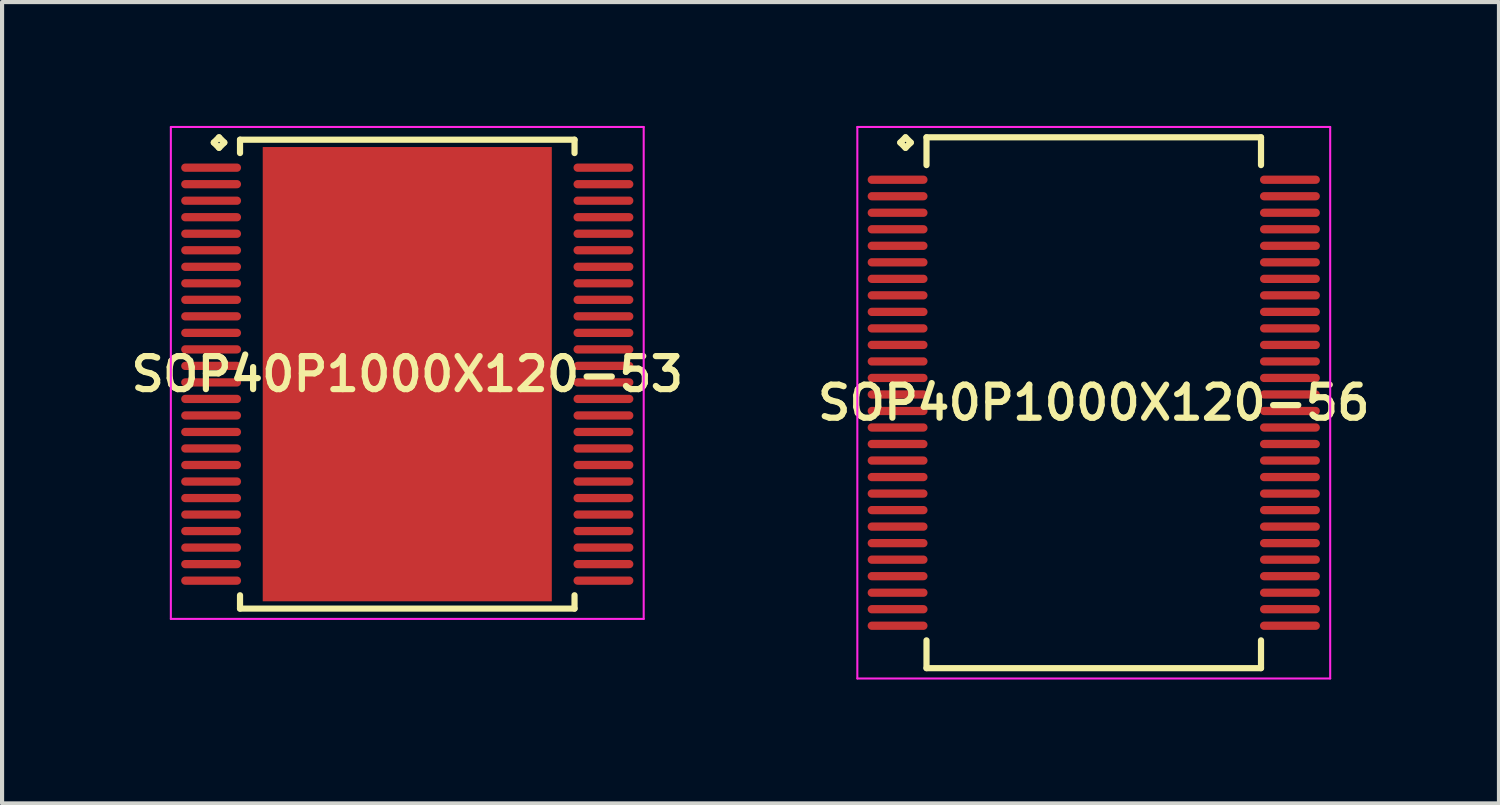
<source format=kicad_pcb>
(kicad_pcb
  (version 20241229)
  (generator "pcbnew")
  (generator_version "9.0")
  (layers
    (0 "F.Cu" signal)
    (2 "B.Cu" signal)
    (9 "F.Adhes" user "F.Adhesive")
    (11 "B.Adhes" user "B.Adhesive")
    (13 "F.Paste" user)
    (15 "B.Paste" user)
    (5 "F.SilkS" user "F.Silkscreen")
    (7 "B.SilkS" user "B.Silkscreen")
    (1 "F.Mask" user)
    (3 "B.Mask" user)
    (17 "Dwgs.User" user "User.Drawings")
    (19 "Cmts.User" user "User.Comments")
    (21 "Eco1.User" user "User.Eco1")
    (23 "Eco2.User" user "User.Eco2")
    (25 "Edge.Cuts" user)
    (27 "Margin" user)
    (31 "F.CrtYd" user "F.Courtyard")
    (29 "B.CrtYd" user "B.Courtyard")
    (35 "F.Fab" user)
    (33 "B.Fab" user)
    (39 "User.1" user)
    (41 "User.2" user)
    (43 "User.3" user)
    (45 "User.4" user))
  (footprint "SOP40P1000X120-53"
    (layer "F.Cu")
    (at 6.812 6.01)
    (property "Reference" "SOP40P1000X120-53" (at 0 0 0) (layer "F.SilkS") (effects (font (size 0.8 0.8) (thickness 0.15))))
    (attr smd)
    (fp_line (start -4.685 -5.608) (end -4.558 -5.735) (stroke (width 0.15) (type solid)) (layer "F.SilkS"))
    (fp_line (start -4.558 -5.735) (end -4.431 -5.608) (stroke (width 0.15) (type solid)) (layer "F.SilkS"))
    (fp_line (start -4.558 -5.481) (end -4.685 -5.608) (stroke (width 0.15) (type solid)) (layer "F.SilkS"))
    (fp_line (start -4.431 -5.608) (end -4.558 -5.481) (stroke (width 0.15) (type solid)) (layer "F.SilkS"))
    (fp_line (start -4.05 -5.677) (end 4.05 -5.677) (stroke (width 0.15) (type solid)) (layer "F.SilkS"))
    (fp_line (start -4.05 -5.354) (end -4.05 -5.677) (stroke (width 0.15) (type solid)) (layer "F.SilkS"))
    (fp_line (start -4.05 5.354) (end -4.05 5.677) (stroke (width 0.15) (type solid)) (layer "F.SilkS"))
    (fp_line (start -4.05 5.677) (end 4.05 5.677) (stroke (width 0.15) (type solid)) (layer "F.SilkS"))
    (fp_line (start 4.05 -5.677) (end 4.05 -5.354) (stroke (width 0.15) (type solid)) (layer "F.SilkS"))
    (fp_line (start 4.05 5.677) (end 4.05 5.354) (stroke (width 0.15) (type solid)) (layer "F.SilkS"))
    (fp_line (start -5.725 -5.985) (end 5.725 -5.985) (stroke (width 0.05) (type solid)) (layer "F.CrtYd"))
    (fp_line (start -5.725 5.927) (end -5.725 -5.985) (stroke (width 0.05) (type solid)) (layer "F.CrtYd"))
    (fp_line (start 5.725 -5.985) (end 5.725 5.927) (stroke (width 0.05) (type solid)) (layer "F.CrtYd"))
    (fp_line (start 5.725 5.927) (end -5.725 5.927) (stroke (width 0.05) (type solid)) (layer "F.CrtYd"))
    (pad "1" smd oval (at -4.75 -5) (size 1.45 0.2) (layers "F.Cu" "F.Mask" "F.Paste"))
    (pad "2" smd oval (at -4.75 -4.6) (size 1.45 0.2) (layers "F.Cu" "F.Mask" "F.Paste"))
    (pad "3" smd oval (at -4.75 -4.2) (size 1.45 0.2) (layers "F.Cu" "F.Mask" "F.Paste"))
    (pad "4" smd oval (at -4.75 -3.8) (size 1.45 0.2) (layers "F.Cu" "F.Mask" "F.Paste"))
    (pad "5" smd oval (at -4.75 -3.4) (size 1.45 0.2) (layers "F.Cu" "F.Mask" "F.Paste"))
    (pad "6" smd oval (at -4.75 -3) (size 1.45 0.2) (layers "F.Cu" "F.Mask" "F.Paste"))
    (pad "7" smd oval (at -4.75 -2.6) (size 1.45 0.2) (layers "F.Cu" "F.Mask" "F.Paste"))
    (pad "8" smd oval (at -4.75 -2.2) (size 1.45 0.2) (layers "F.Cu" "F.Mask" "F.Paste"))
    (pad "9" smd oval (at -4.75 -1.8) (size 1.45 0.2) (layers "F.Cu" "F.Mask" "F.Paste"))
    (pad "10" smd oval (at -4.75 -1.4) (size 1.45 0.2) (layers "F.Cu" "F.Mask" "F.Paste"))
    (pad "11" smd oval (at -4.75 -1) (size 1.45 0.2) (layers "F.Cu" "F.Mask" "F.Paste"))
    (pad "12" smd oval (at -4.75 -0.6) (size 1.45 0.2) (layers "F.Cu" "F.Mask" "F.Paste"))
    (pad "13" smd oval (at -4.75 -0.2) (size 1.45 0.2) (layers "F.Cu" "F.Mask" "F.Paste"))
    (pad "14" smd oval (at -4.75 0.2) (size 1.45 0.2) (layers "F.Cu" "F.Mask" "F.Paste"))
    (pad "15" smd oval (at -4.75 0.6) (size 1.45 0.2) (layers "F.Cu" "F.Mask" "F.Paste"))
    (pad "16" smd oval (at -4.75 1) (size 1.45 0.2) (layers "F.Cu" "F.Mask" "F.Paste"))
    (pad "17" smd oval (at -4.75 1.4) (size 1.45 0.2) (layers "F.Cu" "F.Mask" "F.Paste"))
    (pad "18" smd oval (at -4.75 1.8) (size 1.45 0.2) (layers "F.Cu" "F.Mask" "F.Paste"))
    (pad "19" smd oval (at -4.75 2.2) (size 1.45 0.2) (layers "F.Cu" "F.Mask" "F.Paste"))
    (pad "20" smd oval (at -4.75 2.6) (size 1.45 0.2) (layers "F.Cu" "F.Mask" "F.Paste"))
    (pad "21" smd oval (at -4.75 3) (size 1.45 0.2) (layers "F.Cu" "F.Mask" "F.Paste"))
    (pad "22" smd oval (at -4.75 3.4) (size 1.45 0.2) (layers "F.Cu" "F.Mask" "F.Paste"))
    (pad "23" smd oval (at -4.75 3.8) (size 1.45 0.2) (layers "F.Cu" "F.Mask" "F.Paste"))
    (pad "24" smd oval (at -4.75 4.2) (size 1.45 0.2) (layers "F.Cu" "F.Mask" "F.Paste"))
    (pad "25" smd oval (at -4.75 4.6) (size 1.45 0.2) (layers "F.Cu" "F.Mask" "F.Paste"))
    (pad "26" smd oval (at -4.75 5) (size 1.45 0.2) (layers "F.Cu" "F.Mask" "F.Paste"))
    (pad "27" smd oval (at 4.75 5) (size 1.45 0.2) (layers "F.Cu" "F.Mask" "F.Paste"))
    (pad "28" smd oval (at 4.75 4.6) (size 1.45 0.2) (layers "F.Cu" "F.Mask" "F.Paste"))
    (pad "29" smd oval (at 4.75 4.2) (size 1.45 0.2) (layers "F.Cu" "F.Mask" "F.Paste"))
    (pad "30" smd oval (at 4.75 3.8) (size 1.45 0.2) (layers "F.Cu" "F.Mask" "F.Paste"))
    (pad "31" smd oval (at 4.75 3.4) (size 1.45 0.2) (layers "F.Cu" "F.Mask" "F.Paste"))
    (pad "32" smd oval (at 4.75 3) (size 1.45 0.2) (layers "F.Cu" "F.Mask" "F.Paste"))
    (pad "33" smd oval (at 4.75 2.6) (size 1.45 0.2) (layers "F.Cu" "F.Mask" "F.Paste"))
    (pad "34" smd oval (at 4.75 2.2) (size 1.45 0.2) (layers "F.Cu" "F.Mask" "F.Paste"))
    (pad "35" smd oval (at 4.75 1.8) (size 1.45 0.2) (layers "F.Cu" "F.Mask" "F.Paste"))
    (pad "36" smd oval (at 4.75 1.4) (size 1.45 0.2) (layers "F.Cu" "F.Mask" "F.Paste"))
    (pad "37" smd oval (at 4.75 1) (size 1.45 0.2) (layers "F.Cu" "F.Mask" "F.Paste"))
    (pad "38" smd oval (at 4.75 0.6) (size 1.45 0.2) (layers "F.Cu" "F.Mask" "F.Paste"))
    (pad "39" smd oval (at 4.75 0.2) (size 1.45 0.2) (layers "F.Cu" "F.Mask" "F.Paste"))
    (pad "40" smd oval (at 4.75 -0.2) (size 1.45 0.2) (layers "F.Cu" "F.Mask" "F.Paste"))
    (pad "41" smd oval (at 4.75 -0.6) (size 1.45 0.2) (layers "F.Cu" "F.Mask" "F.Paste"))
    (pad "42" smd oval (at 4.75 -1) (size 1.45 0.2) (layers "F.Cu" "F.Mask" "F.Paste"))
    (pad "43" smd oval (at 4.75 -1.4) (size 1.45 0.2) (layers "F.Cu" "F.Mask" "F.Paste"))
    (pad "44" smd oval (at 4.75 -1.8) (size 1.45 0.2) (layers "F.Cu" "F.Mask" "F.Paste"))
    (pad "45" smd oval (at 4.75 -2.2) (size 1.45 0.2) (layers "F.Cu" "F.Mask" "F.Paste"))
    (pad "46" smd oval (at 4.75 -2.6) (size 1.45 0.2) (layers "F.Cu" "F.Mask" "F.Paste"))
    (pad "47" smd oval (at 4.75 -3) (size 1.45 0.2) (layers "F.Cu" "F.Mask" "F.Paste"))
    (pad "48" smd oval (at 4.75 -3.4) (size 1.45 0.2) (layers "F.Cu" "F.Mask" "F.Paste"))
    (pad "49" smd oval (at 4.75 -3.8) (size 1.45 0.2) (layers "F.Cu" "F.Mask" "F.Paste"))
    (pad "50" smd oval (at 4.75 -4.2) (size 1.45 0.2) (layers "F.Cu" "F.Mask" "F.Paste"))
    (pad "51" smd oval (at 4.75 -4.6) (size 1.45 0.2) (layers "F.Cu" "F.Mask" "F.Paste"))
    (pad "52" smd oval (at 4.75 -5) (size 1.45 0.2) (layers "F.Cu" "F.Mask" "F.Paste"))
    (pad "53" smd rect (at 0 0) (size 7 11) (layers "F.Cu" "F.Mask" "F.Paste")))
  (footprint "SOP40P1000X120-56"
    (layer "F.Cu")
    (at 23.435 6.702)
    (property "Reference" "SOP40P1000X120-56" (at 0 0 0) (layer "F.SilkS") (effects (font (size 0.8 0.8) (thickness 0.15))))
    (attr smd)
    (fp_line (start -4.685 -6.3) (end -4.558 -6.427) (stroke (width 0.15) (type solid)) (layer "F.SilkS"))
    (fp_line (start -4.558 -6.427) (end -4.431 -6.3) (stroke (width 0.15) (type solid)) (layer "F.SilkS"))
    (fp_line (start -4.558 -6.173) (end -4.685 -6.3) (stroke (width 0.15) (type solid)) (layer "F.SilkS"))
    (fp_line (start -4.431 -6.3) (end -4.558 -6.173) (stroke (width 0.15) (type solid)) (layer "F.SilkS"))
    (fp_line (start -4.05 -6.427) (end 4.05 -6.427) (stroke (width 0.15) (type solid)) (layer "F.SilkS"))
    (fp_line (start -4.05 -5.754) (end -4.05 -6.427) (stroke (width 0.15) (type solid)) (layer "F.SilkS"))
    (fp_line (start -4.05 5.754) (end -4.05 6.427) (stroke (width 0.15) (type solid)) (layer "F.SilkS"))
    (fp_line (start -4.05 6.427) (end 4.05 6.427) (stroke (width 0.15) (type solid)) (layer "F.SilkS"))
    (fp_line (start 4.05 -6.427) (end 4.05 -5.754) (stroke (width 0.15) (type solid)) (layer "F.SilkS"))
    (fp_line (start 4.05 6.427) (end 4.05 5.754) (stroke (width 0.15) (type solid)) (layer "F.SilkS"))
    (fp_line (start -5.725 -6.677) (end 5.725 -6.677) (stroke (width 0.05) (type solid)) (layer "F.CrtYd"))
    (fp_line (start -5.725 6.677) (end -5.725 -6.677) (stroke (width 0.05) (type solid)) (layer "F.CrtYd"))
    (fp_line (start 5.725 -6.677) (end 5.725 6.677) (stroke (width 0.05) (type solid)) (layer "F.CrtYd"))
    (fp_line (start 5.725 6.677) (end -5.725 6.677) (stroke (width 0.05) (type solid)) (layer "F.CrtYd"))
    (pad "1" smd oval (at -4.75 -5.4) (size 1.45 0.2) (layers "F.Cu" "F.Mask" "F.Paste"))
    (pad "2" smd oval (at -4.75 -5) (size 1.45 0.2) (layers "F.Cu" "F.Mask" "F.Paste"))
    (pad "3" smd oval (at -4.75 -4.6) (size 1.45 0.2) (layers "F.Cu" "F.Mask" "F.Paste"))
    (pad "4" smd oval (at -4.75 -4.2) (size 1.45 0.2) (layers "F.Cu" "F.Mask" "F.Paste"))
    (pad "5" smd oval (at -4.75 -3.8) (size 1.45 0.2) (layers "F.Cu" "F.Mask" "F.Paste"))
    (pad "6" smd oval (at -4.75 -3.4) (size 1.45 0.2) (layers "F.Cu" "F.Mask" "F.Paste"))
    (pad "7" smd oval (at -4.75 -3) (size 1.45 0.2) (layers "F.Cu" "F.Mask" "F.Paste"))
    (pad "8" smd oval (at -4.75 -2.6) (size 1.45 0.2) (layers "F.Cu" "F.Mask" "F.Paste"))
    (pad "9" smd oval (at -4.75 -2.2) (size 1.45 0.2) (layers "F.Cu" "F.Mask" "F.Paste"))
    (pad "10" smd oval (at -4.75 -1.8) (size 1.45 0.2) (layers "F.Cu" "F.Mask" "F.Paste"))
    (pad "11" smd oval (at -4.75 -1.4) (size 1.45 0.2) (layers "F.Cu" "F.Mask" "F.Paste"))
    (pad "12" smd oval (at -4.75 -1) (size 1.45 0.2) (layers "F.Cu" "F.Mask" "F.Paste"))
    (pad "13" smd oval (at -4.75 -0.6) (size 1.45 0.2) (layers "F.Cu" "F.Mask" "F.Paste"))
    (pad "14" smd oval (at -4.75 -0.2) (size 1.45 0.2) (layers "F.Cu" "F.Mask" "F.Paste"))
    (pad "15" smd oval (at -4.75 0.2) (size 1.45 0.2) (layers "F.Cu" "F.Mask" "F.Paste"))
    (pad "16" smd oval (at -4.75 0.6) (size 1.45 0.2) (layers "F.Cu" "F.Mask" "F.Paste"))
    (pad "17" smd oval (at -4.75 1) (size 1.45 0.2) (layers "F.Cu" "F.Mask" "F.Paste"))
    (pad "18" smd oval (at -4.75 1.4) (size 1.45 0.2) (layers "F.Cu" "F.Mask" "F.Paste"))
    (pad "19" smd oval (at -4.75 1.8) (size 1.45 0.2) (layers "F.Cu" "F.Mask" "F.Paste"))
    (pad "20" smd oval (at -4.75 2.2) (size 1.45 0.2) (layers "F.Cu" "F.Mask" "F.Paste"))
    (pad "21" smd oval (at -4.75 2.6) (size 1.45 0.2) (layers "F.Cu" "F.Mask" "F.Paste"))
    (pad "22" smd oval (at -4.75 3) (size 1.45 0.2) (layers "F.Cu" "F.Mask" "F.Paste"))
    (pad "23" smd oval (at -4.75 3.4) (size 1.45 0.2) (layers "F.Cu" "F.Mask" "F.Paste"))
    (pad "24" smd oval (at -4.75 3.8) (size 1.45 0.2) (layers "F.Cu" "F.Mask" "F.Paste"))
    (pad "25" smd oval (at -4.75 4.2) (size 1.45 0.2) (layers "F.Cu" "F.Mask" "F.Paste"))
    (pad "26" smd oval (at -4.75 4.6) (size 1.45 0.2) (layers "F.Cu" "F.Mask" "F.Paste"))
    (pad "27" smd oval (at -4.75 5) (size 1.45 0.2) (layers "F.Cu" "F.Mask" "F.Paste"))
    (pad "28" smd oval (at -4.75 5.4) (size 1.45 0.2) (layers "F.Cu" "F.Mask" "F.Paste"))
    (pad "29" smd oval (at 4.75 5.4) (size 1.45 0.2) (layers "F.Cu" "F.Mask" "F.Paste"))
    (pad "30" smd oval (at 4.75 5) (size 1.45 0.2) (layers "F.Cu" "F.Mask" "F.Paste"))
    (pad "31" smd oval (at 4.75 4.6) (size 1.45 0.2) (layers "F.Cu" "F.Mask" "F.Paste"))
    (pad "32" smd oval (at 4.75 4.2) (size 1.45 0.2) (layers "F.Cu" "F.Mask" "F.Paste"))
    (pad "33" smd oval (at 4.75 3.8) (size 1.45 0.2) (layers "F.Cu" "F.Mask" "F.Paste"))
    (pad "34" smd oval (at 4.75 3.4) (size 1.45 0.2) (layers "F.Cu" "F.Mask" "F.Paste"))
    (pad "35" smd oval (at 4.75 3) (size 1.45 0.2) (layers "F.Cu" "F.Mask" "F.Paste"))
    (pad "36" smd oval (at 4.75 2.6) (size 1.45 0.2) (layers "F.Cu" "F.Mask" "F.Paste"))
    (pad "37" smd oval (at 4.75 2.2) (size 1.45 0.2) (layers "F.Cu" "F.Mask" "F.Paste"))
    (pad "38" smd oval (at 4.75 1.8) (size 1.45 0.2) (layers "F.Cu" "F.Mask" "F.Paste"))
    (pad "39" smd oval (at 4.75 1.4) (size 1.45 0.2) (layers "F.Cu" "F.Mask" "F.Paste"))
    (pad "40" smd oval (at 4.75 1) (size 1.45 0.2) (layers "F.Cu" "F.Mask" "F.Paste"))
    (pad "41" smd oval (at 4.75 0.6) (size 1.45 0.2) (layers "F.Cu" "F.Mask" "F.Paste"))
    (pad "42" smd oval (at 4.75 0.2) (size 1.45 0.2) (layers "F.Cu" "F.Mask" "F.Paste"))
    (pad "43" smd oval (at 4.75 -0.2) (size 1.45 0.2) (layers "F.Cu" "F.Mask" "F.Paste"))
    (pad "44" smd oval (at 4.75 -0.6) (size 1.45 0.2) (layers "F.Cu" "F.Mask" "F.Paste"))
    (pad "45" smd oval (at 4.75 -1) (size 1.45 0.2) (layers "F.Cu" "F.Mask" "F.Paste"))
    (pad "46" smd oval (at 4.75 -1.4) (size 1.45 0.2) (layers "F.Cu" "F.Mask" "F.Paste"))
    (pad "47" smd oval (at 4.75 -1.8) (size 1.45 0.2) (layers "F.Cu" "F.Mask" "F.Paste"))
    (pad "48" smd oval (at 4.75 -2.2) (size 1.45 0.2) (layers "F.Cu" "F.Mask" "F.Paste"))
    (pad "49" smd oval (at 4.75 -2.6) (size 1.45 0.2) (layers "F.Cu" "F.Mask" "F.Paste"))
    (pad "50" smd oval (at 4.75 -3) (size 1.45 0.2) (layers "F.Cu" "F.Mask" "F.Paste"))
    (pad "51" smd oval (at 4.75 -3.4) (size 1.45 0.2) (layers "F.Cu" "F.Mask" "F.Paste"))
    (pad "52" smd oval (at 4.75 -3.8) (size 1.45 0.2) (layers "F.Cu" "F.Mask" "F.Paste"))
    (pad "53" smd oval (at 4.75 -4.2) (size 1.45 0.2) (layers "F.Cu" "F.Mask" "F.Paste"))
    (pad "54" smd oval (at 4.75 -4.6) (size 1.45 0.2) (layers "F.Cu" "F.Mask" "F.Paste"))
    (pad "55" smd oval (at 4.75 -5) (size 1.45 0.2) (layers "F.Cu" "F.Mask" "F.Paste"))
    (pad "56" smd oval (at 4.75 -5.4) (size 1.45 0.2) (layers "F.Cu" "F.Mask" "F.Paste")))
  (gr_rect
    (start -3 -3)
    (end 33.247 16.404)
    (stroke (width 0.1) (type default))
    (fill no)
    (layer "Edge.Cuts")))
</source>
